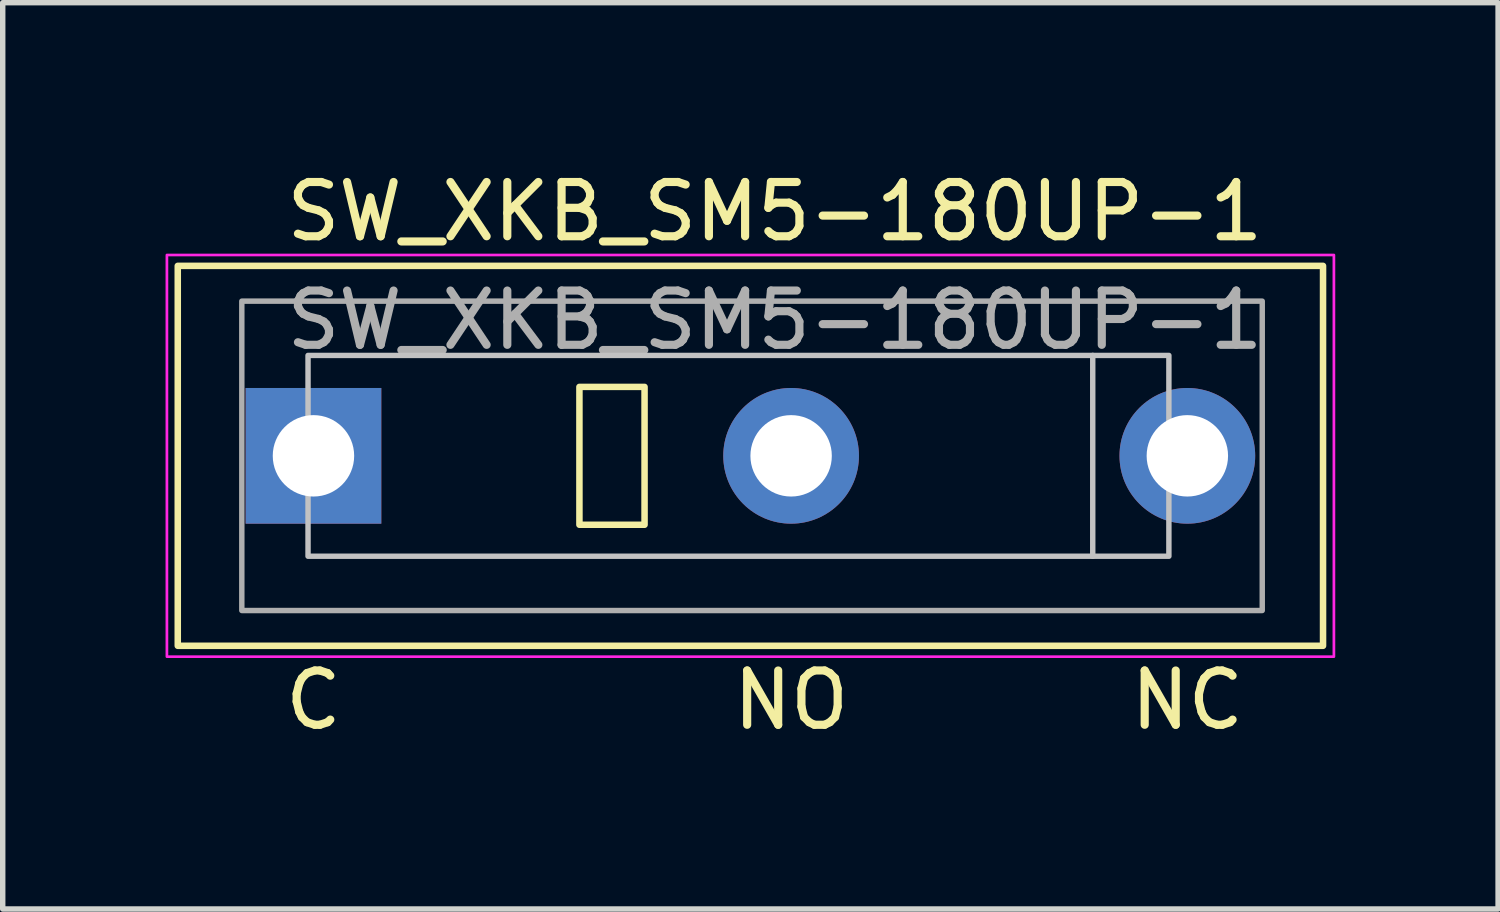
<source format=kicad_pcb>
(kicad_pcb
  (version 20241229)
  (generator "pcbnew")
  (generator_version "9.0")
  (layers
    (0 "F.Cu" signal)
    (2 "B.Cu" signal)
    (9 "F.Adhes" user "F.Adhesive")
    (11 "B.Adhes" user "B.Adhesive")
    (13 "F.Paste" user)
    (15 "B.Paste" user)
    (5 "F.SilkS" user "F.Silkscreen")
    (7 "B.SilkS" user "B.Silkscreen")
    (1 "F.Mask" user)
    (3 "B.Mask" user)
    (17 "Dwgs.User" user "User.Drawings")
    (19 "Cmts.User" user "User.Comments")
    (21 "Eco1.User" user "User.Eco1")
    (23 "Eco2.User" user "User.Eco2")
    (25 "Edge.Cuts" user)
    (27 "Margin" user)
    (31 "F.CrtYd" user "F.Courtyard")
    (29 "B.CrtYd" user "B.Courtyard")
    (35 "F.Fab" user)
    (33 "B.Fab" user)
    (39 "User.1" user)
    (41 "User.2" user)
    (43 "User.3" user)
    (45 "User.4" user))
  (footprint "SW_XKB_SM5-180UP-1"
    (layer "F.Cu")
    (at 2.725 5.348)
    (property "Reference" "SW_XKB_SM5-180UP-1" (at 8.5 -4.5 0) (unlocked yes) (layer "F.SilkS") (effects (font (size 1 1) (thickness 0.15))))
    (property "Datasheet" "" (at 0 0 0) (unlocked yes) (layer "F.Fab") (effects (font (size 1.27 1.27) (thickness 0.15))))
    (property "Description" "" (at 0 0 0) (unlocked yes) (layer "F.Fab") (effects (font (size 1.27 1.27) (thickness 0.15))))
    (attr through_hole)
    (fp_rect (start 4.9 -1.27) (end 6.1 1.27) (stroke (width 0.12) (type solid)) (fill no) (layer "F.SilkS"))
    (fp_rect (start 18.6 -3.5) (end -2.5 3.5) (stroke (width 0.12) (type solid)) (fill no) (layer "F.SilkS"))
    (fp_line (start 14.357 -1.85) (end 14.357 1.85) (stroke (width 0.1) (type default)) (layer "Dwgs.User"))
    (fp_rect (start 15.76 1.85) (end -0.1 -1.85) (stroke (width 0.1) (type solid)) (fill no) (layer "Dwgs.User"))
    (fp_rect (start -2.7 -3.7) (end 18.8 3.7) (stroke (width 0.05) (type solid)) (fill no) (layer "F.CrtYd"))
    (fp_rect (start -1.32 -2.85) (end 17.48 2.85) (stroke (width 0.1) (type default)) (fill no) (layer "F.Fab"))
    (fp_text user "NC" (at 16.1 4.5 0) (unlocked yes) (layer "F.SilkS") (effects (font (size 1 1) (thickness 0.15))))
    (fp_text user "NO" (at 8.8 4.5 0) (unlocked yes) (layer "F.SilkS") (effects (font (size 1 1) (thickness 0.15))))
    (fp_text user "C" (at 0 4.5 0) (unlocked yes) (layer "F.SilkS") (effects (font (size 1 1) (thickness 0.15))))
    (fp_text user "${REFERENCE}" (at 8.5 -2.5 0) (unlocked yes) (layer "F.Fab") (effects (font (size 1 1) (thickness 0.15))))
    (pad "1" thru_hole rect (at 0 0) (size 2.5 2.5) (drill 1.5) (layers "*.Cu" "*.Mask"))
    (pad "2" thru_hole circle (at 8.8 0) (size 2.5 2.5) (drill 1.5) (layers "*.Cu" "*.Mask"))
    (pad "3" thru_hole circle (at 16.1 0) (size 2.5 2.5) (drill 1.5) (layers "*.Cu" "*.Mask")))
  (gr_rect
    (start -3 -3)
    (end 24.55 13.697)
    (stroke (width 0.1) (type default))
    (fill no)
    (layer "Edge.Cuts")))
</source>
